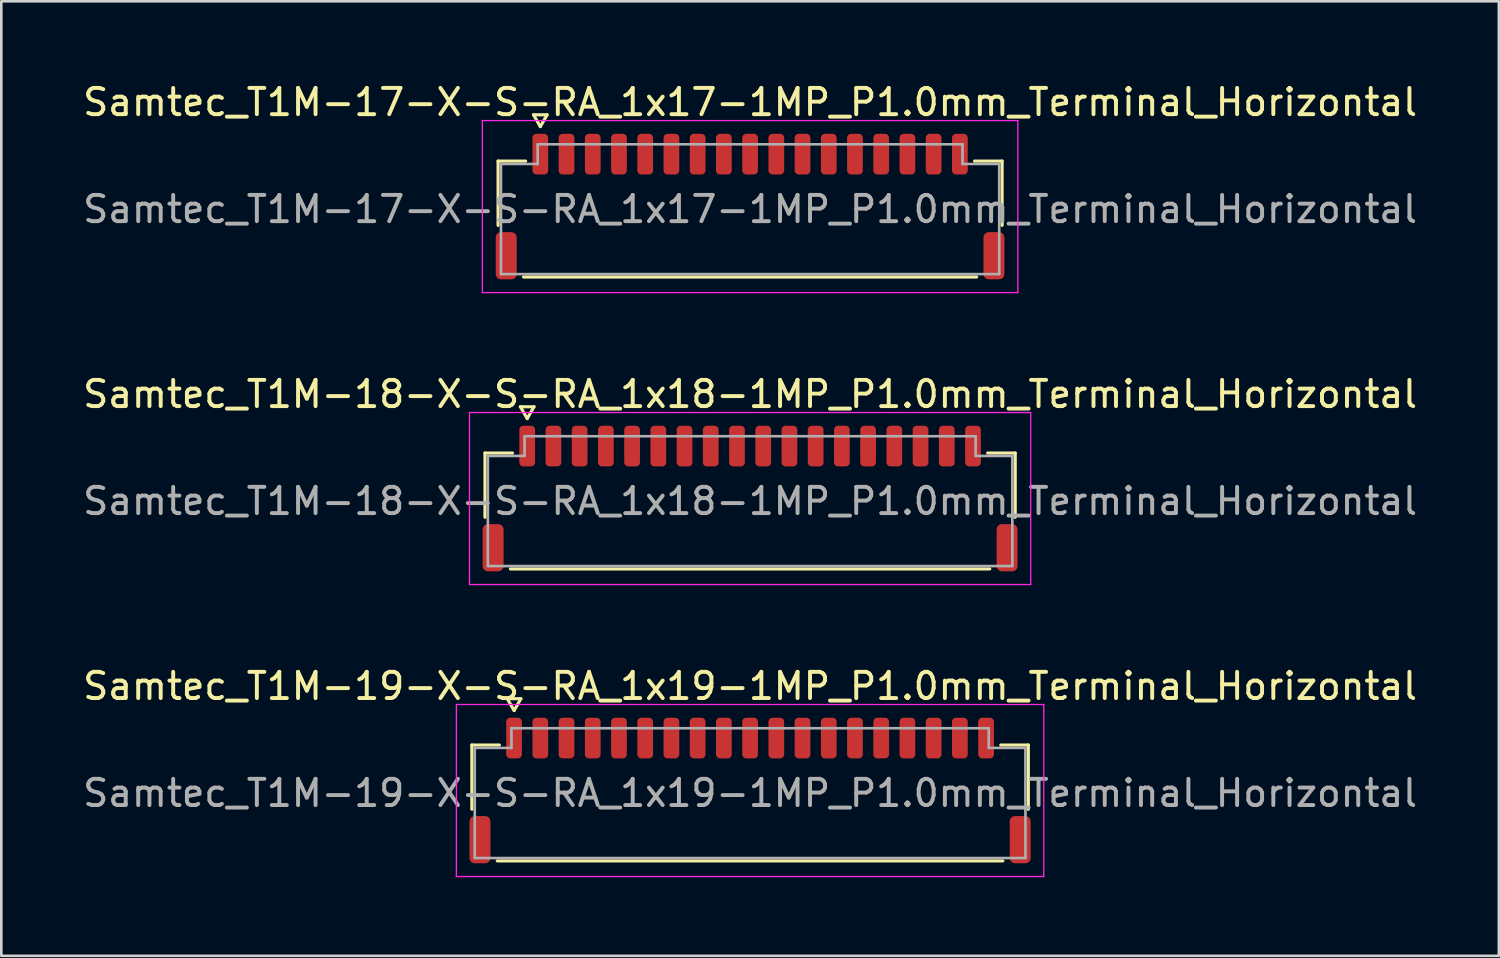
<source format=kicad_pcb>
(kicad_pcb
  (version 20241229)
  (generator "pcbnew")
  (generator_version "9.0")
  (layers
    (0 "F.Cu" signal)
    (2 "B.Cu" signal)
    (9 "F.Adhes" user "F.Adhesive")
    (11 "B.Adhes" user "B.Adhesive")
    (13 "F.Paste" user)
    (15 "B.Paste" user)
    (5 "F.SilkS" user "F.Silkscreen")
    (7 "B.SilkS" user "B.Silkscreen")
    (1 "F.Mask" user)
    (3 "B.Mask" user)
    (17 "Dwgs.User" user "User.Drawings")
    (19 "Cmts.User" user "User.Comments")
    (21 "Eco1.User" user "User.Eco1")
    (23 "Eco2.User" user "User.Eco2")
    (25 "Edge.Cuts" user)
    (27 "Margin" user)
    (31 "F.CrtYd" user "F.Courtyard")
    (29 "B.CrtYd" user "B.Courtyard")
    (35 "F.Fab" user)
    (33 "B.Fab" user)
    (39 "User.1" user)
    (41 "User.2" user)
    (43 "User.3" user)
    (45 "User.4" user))
  (footprint "Samtec_T1M-19-X-S-RA_1x19-1MP_P1.0mm_Terminal_Horizontal"
    (layer "F.Cu")
    (at 25.554 27.195)
    (property "Reference" "Samtec_T1M-19-X-S-RA_1x19-1MP_P1.0mm_Terminal_Horizontal" (at 0 -4.08 0) (layer "F.SilkS") (effects (font (size 1 1) (thickness 0.15))))
    (attr smd)
    (fp_line (start -10.61 -1.835) (end -9.56 -1.835) (stroke (width 0.12) (type solid)) (layer "F.SilkS"))
    (fp_line (start -10.61 0.615) (end -10.61 -1.835) (stroke (width 0.12) (type solid)) (layer "F.SilkS"))
    (fp_line (start -9.26 -3.6) (end -9 -3.15) (stroke (width 0.12) (type solid)) (layer "F.SilkS"))
    (fp_line (start -9 -3.15) (end -8.74 -3.6) (stroke (width 0.12) (type solid)) (layer "F.SilkS"))
    (fp_line (start -8.74 -3.6) (end -9.26 -3.6) (stroke (width 0.12) (type solid)) (layer "F.SilkS"))
    (fp_line (start 9.56 -1.835) (end 10.61 -1.835) (stroke (width 0.12) (type solid)) (layer "F.SilkS"))
    (fp_line (start 9.64 2.585) (end -9.64 2.585) (stroke (width 0.12) (type solid)) (layer "F.SilkS"))
    (fp_line (start 10.61 -1.835) (end 10.61 0.615) (stroke (width 0.12) (type solid)) (layer "F.SilkS"))
    (fp_line (start -11.2 -3.38) (end -11.2 3.18) (stroke (width 0.05) (type solid)) (layer "F.CrtYd"))
    (fp_line (start -11.2 3.18) (end 11.2 3.18) (stroke (width 0.05) (type solid)) (layer "F.CrtYd"))
    (fp_line (start 11.2 -3.38) (end -11.2 -3.38) (stroke (width 0.05) (type solid)) (layer "F.CrtYd"))
    (fp_line (start 11.2 3.18) (end 11.2 -3.38) (stroke (width 0.05) (type solid)) (layer "F.CrtYd"))
    (fp_line (start -10.5 -1.725) (end -9.1 -1.725) (stroke (width 0.1) (type solid)) (layer "F.Fab"))
    (fp_line (start -10.5 2.475) (end -10.5 -1.725) (stroke (width 0.1) (type solid)) (layer "F.Fab"))
    (fp_line (start -9.1 -2.475) (end 9.1 -2.475) (stroke (width 0.1) (type solid)) (layer "F.Fab"))
    (fp_line (start -9.1 -1.725) (end -9.1 -2.475) (stroke (width 0.1) (type solid)) (layer "F.Fab"))
    (fp_line (start 9.1 -2.475) (end 9.1 -1.725) (stroke (width 0.1) (type solid)) (layer "F.Fab"))
    (fp_line (start 9.1 -1.725) (end 10.5 -1.725) (stroke (width 0.1) (type solid)) (layer "F.Fab"))
    (fp_line (start 10.5 -1.725) (end 10.5 2.475) (stroke (width 0.1) (type solid)) (layer "F.Fab"))
    (fp_line (start 10.5 2.475) (end -10.5 2.475) (stroke (width 0.1) (type solid)) (layer "F.Fab"))
    (fp_text user "${REFERENCE}" (at 0 0 0) (layer "F.Fab") (effects (font (size 1 1) (thickness 0.15))))
    (pad "1" smd roundrect (at -9 -2.1) (size 0.6 1.55) (layers "F.Cu" "F.Mask" "F.Paste") (roundrect_rratio 0.25))
    (pad "2" smd roundrect (at -8 -2.1) (size 0.6 1.55) (layers "F.Cu" "F.Mask" "F.Paste") (roundrect_rratio 0.25))
    (pad "3" smd roundrect (at -7 -2.1) (size 0.6 1.55) (layers "F.Cu" "F.Mask" "F.Paste") (roundrect_rratio 0.25))
    (pad "4" smd roundrect (at -6 -2.1) (size 0.6 1.55) (layers "F.Cu" "F.Mask" "F.Paste") (roundrect_rratio 0.25))
    (pad "5" smd roundrect (at -5 -2.1) (size 0.6 1.55) (layers "F.Cu" "F.Mask" "F.Paste") (roundrect_rratio 0.25))
    (pad "6" smd roundrect (at -4 -2.1) (size 0.6 1.55) (layers "F.Cu" "F.Mask" "F.Paste") (roundrect_rratio 0.25))
    (pad "7" smd roundrect (at -3 -2.1) (size 0.6 1.55) (layers "F.Cu" "F.Mask" "F.Paste") (roundrect_rratio 0.25))
    (pad "8" smd roundrect (at -2 -2.1) (size 0.6 1.55) (layers "F.Cu" "F.Mask" "F.Paste") (roundrect_rratio 0.25))
    (pad "9" smd roundrect (at -1 -2.1) (size 0.6 1.55) (layers "F.Cu" "F.Mask" "F.Paste") (roundrect_rratio 0.25))
    (pad "10" smd roundrect (at 0 -2.1) (size 0.6 1.55) (layers "F.Cu" "F.Mask" "F.Paste") (roundrect_rratio 0.25))
    (pad "11" smd roundrect (at 1 -2.1) (size 0.6 1.55) (layers "F.Cu" "F.Mask" "F.Paste") (roundrect_rratio 0.25))
    (pad "12" smd roundrect (at 2 -2.1) (size 0.6 1.55) (layers "F.Cu" "F.Mask" "F.Paste") (roundrect_rratio 0.25))
    (pad "13" smd roundrect (at 3 -2.1) (size 0.6 1.55) (layers "F.Cu" "F.Mask" "F.Paste") (roundrect_rratio 0.25))
    (pad "14" smd roundrect (at 4 -2.1) (size 0.6 1.55) (layers "F.Cu" "F.Mask" "F.Paste") (roundrect_rratio 0.25))
    (pad "15" smd roundrect (at 5 -2.1) (size 0.6 1.55) (layers "F.Cu" "F.Mask" "F.Paste") (roundrect_rratio 0.25))
    (pad "16" smd roundrect (at 6 -2.1) (size 0.6 1.55) (layers "F.Cu" "F.Mask" "F.Paste") (roundrect_rratio 0.25))
    (pad "17" smd roundrect (at 7 -2.1) (size 0.6 1.55) (layers "F.Cu" "F.Mask" "F.Paste") (roundrect_rratio 0.25))
    (pad "18" smd roundrect (at 8 -2.1) (size 0.6 1.55) (layers "F.Cu" "F.Mask" "F.Paste") (roundrect_rratio 0.25))
    (pad "19" smd roundrect (at 9 -2.1) (size 0.6 1.55) (layers "F.Cu" "F.Mask" "F.Paste") (roundrect_rratio 0.25))
    (pad "MP" smd roundrect (at -10.3 1.775) (size 0.8 1.8) (layers "F.Cu" "F.Mask" "F.Paste") (roundrect_rratio 0.25))
    (pad "MP" smd roundrect (at 10.3 1.775) (size 0.8 1.8) (layers "F.Cu" "F.Mask" "F.Paste") (roundrect_rratio 0.25)))
  (footprint "Samtec_T1M-17-X-S-RA_1x17-1MP_P1.0mm_Terminal_Horizontal"
    (layer "F.Cu")
    (at 25.554 4.928)
    (property "Reference" "Samtec_T1M-17-X-S-RA_1x17-1MP_P1.0mm_Terminal_Horizontal" (at 0 -4.08 0) (layer "F.SilkS") (effects (font (size 1 1) (thickness 0.15))))
    (attr smd)
    (fp_line (start -9.61 -1.835) (end -8.56 -1.835) (stroke (width 0.12) (type solid)) (layer "F.SilkS"))
    (fp_line (start -9.61 0.615) (end -9.61 -1.835) (stroke (width 0.12) (type solid)) (layer "F.SilkS"))
    (fp_line (start -8.26 -3.6) (end -8 -3.15) (stroke (width 0.12) (type solid)) (layer "F.SilkS"))
    (fp_line (start -8 -3.15) (end -7.74 -3.6) (stroke (width 0.12) (type solid)) (layer "F.SilkS"))
    (fp_line (start -7.74 -3.6) (end -8.26 -3.6) (stroke (width 0.12) (type solid)) (layer "F.SilkS"))
    (fp_line (start 8.56 -1.835) (end 9.61 -1.835) (stroke (width 0.12) (type solid)) (layer "F.SilkS"))
    (fp_line (start 8.64 2.585) (end -8.64 2.585) (stroke (width 0.12) (type solid)) (layer "F.SilkS"))
    (fp_line (start 9.61 -1.835) (end 9.61 0.615) (stroke (width 0.12) (type solid)) (layer "F.SilkS"))
    (fp_line (start -10.21 -3.38) (end -10.21 3.18) (stroke (width 0.05) (type solid)) (layer "F.CrtYd"))
    (fp_line (start -10.21 3.18) (end 10.21 3.18) (stroke (width 0.05) (type solid)) (layer "F.CrtYd"))
    (fp_line (start 10.21 -3.38) (end -10.21 -3.38) (stroke (width 0.05) (type solid)) (layer "F.CrtYd"))
    (fp_line (start 10.21 3.18) (end 10.21 -3.38) (stroke (width 0.05) (type solid)) (layer "F.CrtYd"))
    (fp_line (start -9.5 -1.725) (end -8.1 -1.725) (stroke (width 0.1) (type solid)) (layer "F.Fab"))
    (fp_line (start -9.5 2.475) (end -9.5 -1.725) (stroke (width 0.1) (type solid)) (layer "F.Fab"))
    (fp_line (start -8.1 -2.475) (end 8.1 -2.475) (stroke (width 0.1) (type solid)) (layer "F.Fab"))
    (fp_line (start -8.1 -1.725) (end -8.1 -2.475) (stroke (width 0.1) (type solid)) (layer "F.Fab"))
    (fp_line (start 8.1 -2.475) (end 8.1 -1.725) (stroke (width 0.1) (type solid)) (layer "F.Fab"))
    (fp_line (start 8.1 -1.725) (end 9.5 -1.725) (stroke (width 0.1) (type solid)) (layer "F.Fab"))
    (fp_line (start 9.5 -1.725) (end 9.5 2.475) (stroke (width 0.1) (type solid)) (layer "F.Fab"))
    (fp_line (start 9.5 2.475) (end -9.5 2.475) (stroke (width 0.1) (type solid)) (layer "F.Fab"))
    (fp_text user "${REFERENCE}" (at 0 0 0) (layer "F.Fab") (effects (font (size 1 1) (thickness 0.15))))
    (pad "1" smd roundrect (at -8 -2.1) (size 0.6 1.55) (layers "F.Cu" "F.Mask" "F.Paste") (roundrect_rratio 0.25))
    (pad "2" smd roundrect (at -7 -2.1) (size 0.6 1.55) (layers "F.Cu" "F.Mask" "F.Paste") (roundrect_rratio 0.25))
    (pad "3" smd roundrect (at -6 -2.1) (size 0.6 1.55) (layers "F.Cu" "F.Mask" "F.Paste") (roundrect_rratio 0.25))
    (pad "4" smd roundrect (at -5 -2.1) (size 0.6 1.55) (layers "F.Cu" "F.Mask" "F.Paste") (roundrect_rratio 0.25))
    (pad "5" smd roundrect (at -4 -2.1) (size 0.6 1.55) (layers "F.Cu" "F.Mask" "F.Paste") (roundrect_rratio 0.25))
    (pad "6" smd roundrect (at -3 -2.1) (size 0.6 1.55) (layers "F.Cu" "F.Mask" "F.Paste") (roundrect_rratio 0.25))
    (pad "7" smd roundrect (at -2 -2.1) (size 0.6 1.55) (layers "F.Cu" "F.Mask" "F.Paste") (roundrect_rratio 0.25))
    (pad "8" smd roundrect (at -1 -2.1) (size 0.6 1.55) (layers "F.Cu" "F.Mask" "F.Paste") (roundrect_rratio 0.25))
    (pad "9" smd roundrect (at 0 -2.1) (size 0.6 1.55) (layers "F.Cu" "F.Mask" "F.Paste") (roundrect_rratio 0.25))
    (pad "10" smd roundrect (at 1 -2.1) (size 0.6 1.55) (layers "F.Cu" "F.Mask" "F.Paste") (roundrect_rratio 0.25))
    (pad "11" smd roundrect (at 2 -2.1) (size 0.6 1.55) (layers "F.Cu" "F.Mask" "F.Paste") (roundrect_rratio 0.25))
    (pad "12" smd roundrect (at 3 -2.1) (size 0.6 1.55) (layers "F.Cu" "F.Mask" "F.Paste") (roundrect_rratio 0.25))
    (pad "13" smd roundrect (at 4 -2.1) (size 0.6 1.55) (layers "F.Cu" "F.Mask" "F.Paste") (roundrect_rratio 0.25))
    (pad "14" smd roundrect (at 5 -2.1) (size 0.6 1.55) (layers "F.Cu" "F.Mask" "F.Paste") (roundrect_rratio 0.25))
    (pad "15" smd roundrect (at 6 -2.1) (size 0.6 1.55) (layers "F.Cu" "F.Mask" "F.Paste") (roundrect_rratio 0.25))
    (pad "16" smd roundrect (at 7 -2.1) (size 0.6 1.55) (layers "F.Cu" "F.Mask" "F.Paste") (roundrect_rratio 0.25))
    (pad "17" smd roundrect (at 8 -2.1) (size 0.6 1.55) (layers "F.Cu" "F.Mask" "F.Paste") (roundrect_rratio 0.25))
    (pad "MP" smd roundrect (at -9.3 1.775) (size 0.8 1.8) (layers "F.Cu" "F.Mask" "F.Paste") (roundrect_rratio 0.25))
    (pad "MP" smd roundrect (at 9.3 1.775) (size 0.8 1.8) (layers "F.Cu" "F.Mask" "F.Paste") (roundrect_rratio 0.25)))
  (footprint "Samtec_T1M-18-X-S-RA_1x18-1MP_P1.0mm_Terminal_Horizontal"
    (layer "F.Cu")
    (at 25.554 16.061)
    (property "Reference" "Samtec_T1M-18-X-S-RA_1x18-1MP_P1.0mm_Terminal_Horizontal" (at 0 -4.08 0) (layer "F.SilkS") (effects (font (size 1 1) (thickness 0.15))))
    (attr smd)
    (fp_line (start -10.11 -1.835) (end -9.06 -1.835) (stroke (width 0.12) (type solid)) (layer "F.SilkS"))
    (fp_line (start -10.11 0.615) (end -10.11 -1.835) (stroke (width 0.12) (type solid)) (layer "F.SilkS"))
    (fp_line (start -8.76 -3.6) (end -8.5 -3.15) (stroke (width 0.12) (type solid)) (layer "F.SilkS"))
    (fp_line (start -8.5 -3.15) (end -8.24 -3.6) (stroke (width 0.12) (type solid)) (layer "F.SilkS"))
    (fp_line (start -8.24 -3.6) (end -8.76 -3.6) (stroke (width 0.12) (type solid)) (layer "F.SilkS"))
    (fp_line (start 9.06 -1.835) (end 10.11 -1.835) (stroke (width 0.12) (type solid)) (layer "F.SilkS"))
    (fp_line (start 9.14 2.585) (end -9.14 2.585) (stroke (width 0.12) (type solid)) (layer "F.SilkS"))
    (fp_line (start 10.11 -1.835) (end 10.11 0.615) (stroke (width 0.12) (type solid)) (layer "F.SilkS"))
    (fp_line (start -10.7 -3.38) (end -10.7 3.18) (stroke (width 0.05) (type solid)) (layer "F.CrtYd"))
    (fp_line (start -10.7 3.18) (end 10.7 3.18) (stroke (width 0.05) (type solid)) (layer "F.CrtYd"))
    (fp_line (start 10.7 -3.38) (end -10.7 -3.38) (stroke (width 0.05) (type solid)) (layer "F.CrtYd"))
    (fp_line (start 10.7 3.18) (end 10.7 -3.38) (stroke (width 0.05) (type solid)) (layer "F.CrtYd"))
    (fp_line (start -10 -1.725) (end -8.6 -1.725) (stroke (width 0.1) (type solid)) (layer "F.Fab"))
    (fp_line (start -10 2.475) (end -10 -1.725) (stroke (width 0.1) (type solid)) (layer "F.Fab"))
    (fp_line (start -8.6 -2.475) (end 8.6 -2.475) (stroke (width 0.1) (type solid)) (layer "F.Fab"))
    (fp_line (start -8.6 -1.725) (end -8.6 -2.475) (stroke (width 0.1) (type solid)) (layer "F.Fab"))
    (fp_line (start 8.6 -2.475) (end 8.6 -1.725) (stroke (width 0.1) (type solid)) (layer "F.Fab"))
    (fp_line (start 8.6 -1.725) (end 10 -1.725) (stroke (width 0.1) (type solid)) (layer "F.Fab"))
    (fp_line (start 10 -1.725) (end 10 2.475) (stroke (width 0.1) (type solid)) (layer "F.Fab"))
    (fp_line (start 10 2.475) (end -10 2.475) (stroke (width 0.1) (type solid)) (layer "F.Fab"))
    (fp_text user "${REFERENCE}" (at 0 0 0) (layer "F.Fab") (effects (font (size 1 1) (thickness 0.15))))
    (pad "1" smd roundrect (at -8.5 -2.1) (size 0.6 1.55) (layers "F.Cu" "F.Mask" "F.Paste") (roundrect_rratio 0.25))
    (pad "2" smd roundrect (at -7.5 -2.1) (size 0.6 1.55) (layers "F.Cu" "F.Mask" "F.Paste") (roundrect_rratio 0.25))
    (pad "3" smd roundrect (at -6.5 -2.1) (size 0.6 1.55) (layers "F.Cu" "F.Mask" "F.Paste") (roundrect_rratio 0.25))
    (pad "4" smd roundrect (at -5.5 -2.1) (size 0.6 1.55) (layers "F.Cu" "F.Mask" "F.Paste") (roundrect_rratio 0.25))
    (pad "5" smd roundrect (at -4.5 -2.1) (size 0.6 1.55) (layers "F.Cu" "F.Mask" "F.Paste") (roundrect_rratio 0.25))
    (pad "6" smd roundrect (at -3.5 -2.1) (size 0.6 1.55) (layers "F.Cu" "F.Mask" "F.Paste") (roundrect_rratio 0.25))
    (pad "7" smd roundrect (at -2.5 -2.1) (size 0.6 1.55) (layers "F.Cu" "F.Mask" "F.Paste") (roundrect_rratio 0.25))
    (pad "8" smd roundrect (at -1.5 -2.1) (size 0.6 1.55) (layers "F.Cu" "F.Mask" "F.Paste") (roundrect_rratio 0.25))
    (pad "9" smd roundrect (at -0.5 -2.1) (size 0.6 1.55) (layers "F.Cu" "F.Mask" "F.Paste") (roundrect_rratio 0.25))
    (pad "10" smd roundrect (at 0.5 -2.1) (size 0.6 1.55) (layers "F.Cu" "F.Mask" "F.Paste") (roundrect_rratio 0.25))
    (pad "11" smd roundrect (at 1.5 -2.1) (size 0.6 1.55) (layers "F.Cu" "F.Mask" "F.Paste") (roundrect_rratio 0.25))
    (pad "12" smd roundrect (at 2.5 -2.1) (size 0.6 1.55) (layers "F.Cu" "F.Mask" "F.Paste") (roundrect_rratio 0.25))
    (pad "13" smd roundrect (at 3.5 -2.1) (size 0.6 1.55) (layers "F.Cu" "F.Mask" "F.Paste") (roundrect_rratio 0.25))
    (pad "14" smd roundrect (at 4.5 -2.1) (size 0.6 1.55) (layers "F.Cu" "F.Mask" "F.Paste") (roundrect_rratio 0.25))
    (pad "15" smd roundrect (at 5.5 -2.1) (size 0.6 1.55) (layers "F.Cu" "F.Mask" "F.Paste") (roundrect_rratio 0.25))
    (pad "16" smd roundrect (at 6.5 -2.1) (size 0.6 1.55) (layers "F.Cu" "F.Mask" "F.Paste") (roundrect_rratio 0.25))
    (pad "17" smd roundrect (at 7.5 -2.1) (size 0.6 1.55) (layers "F.Cu" "F.Mask" "F.Paste") (roundrect_rratio 0.25))
    (pad "18" smd roundrect (at 8.5 -2.1) (size 0.6 1.55) (layers "F.Cu" "F.Mask" "F.Paste") (roundrect_rratio 0.25))
    (pad "MP" smd roundrect (at -9.8 1.775) (size 0.8 1.8) (layers "F.Cu" "F.Mask" "F.Paste") (roundrect_rratio 0.25))
    (pad "MP" smd roundrect (at 9.8 1.775) (size 0.8 1.8) (layers "F.Cu" "F.Mask" "F.Paste") (roundrect_rratio 0.25)))
  (gr_rect
    (start -3 -3)
    (end 54.107 33.4)
    (stroke (width 0.1) (type default))
    (fill no)
    (layer "Edge.Cuts")))
</source>
